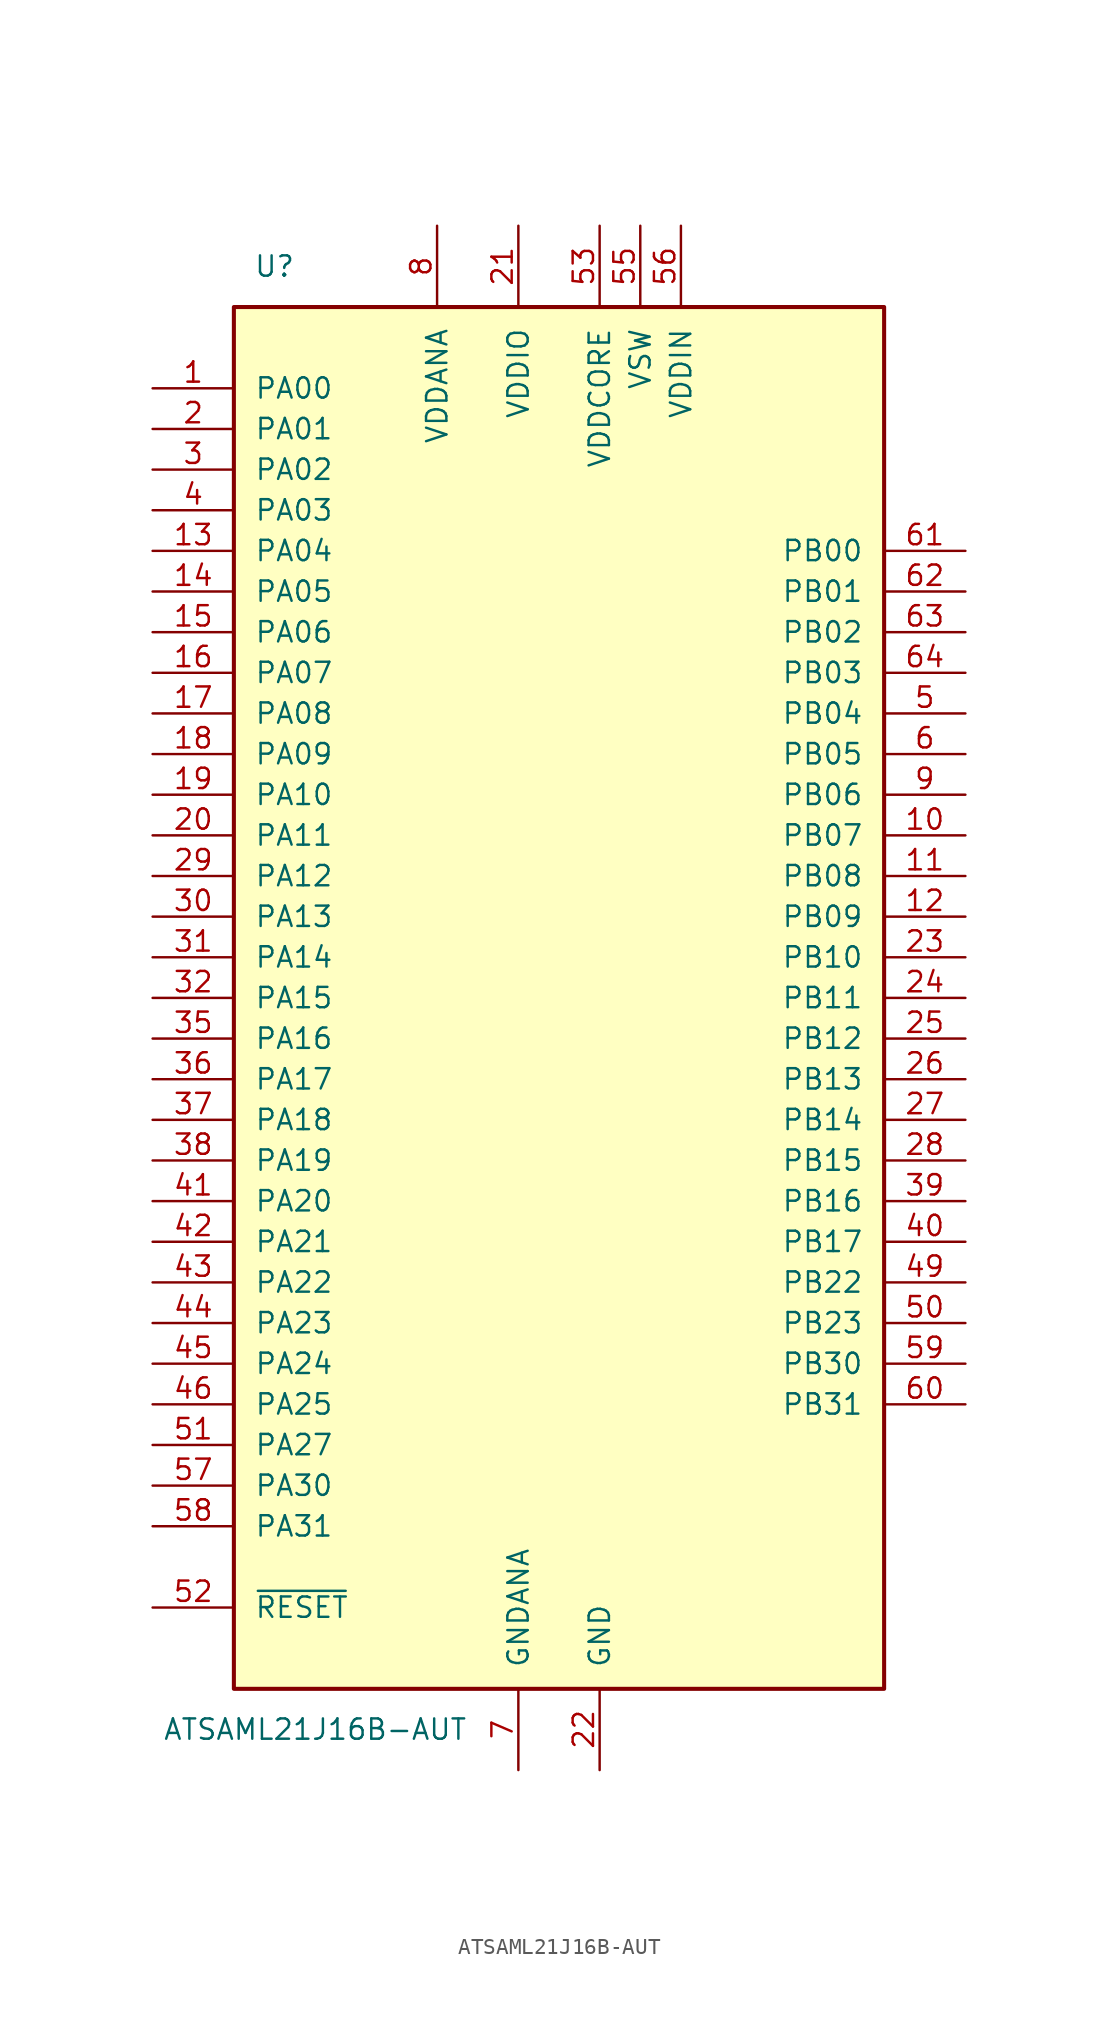
<source format=kicad_sym>
(kicad_symbol_lib
  (version 20201005)
  (generator kicad_symbol_editor)
  (symbol "ATSAML21J16B-AUT"
    (pin_names
      (offset 1.27))
    (property "Reference" "U"
      (at -17.78 45.72 0)
      (effects (font (size 1.27 1.27))))
    (property "Value" "ATSAML21J16B-AUT"
      (at -15.24 -45.72 0)
      (effects (font (size 1.27 1.27))))
    (symbol "ATSAML21J16B-AUT_0_1"
      (rectangle (start -20.32 43.18) (end 20.32 -43.18) (stroke (width 0.254)) (fill (type background))))
    (symbol "ATSAML21J16B-AUT_1_1"
      (pin bidirectional line (at -25.4 38.1 0) (length 5.08) (name "PA00" (effects (font (size 1.27 1.27)))) (number "1" (effects (font (size 1.27 1.27)))))
      (pin bidirectional line (at 25.4 10.16 180) (length 5.08) (name "PB07" (effects (font (size 1.27 1.27)))) (number "10" (effects (font (size 1.27 1.27)))))
      (pin bidirectional line (at 25.4 7.62 180) (length 5.08) (name "PB08" (effects (font (size 1.27 1.27)))) (number "11" (effects (font (size 1.27 1.27)))))
      (pin bidirectional line (at 25.4 5.08 180) (length 5.08) (name "PB09" (effects (font (size 1.27 1.27)))) (number "12" (effects (font (size 1.27 1.27)))))
      (pin bidirectional line (at -25.4 27.94 0) (length 5.08) (name "PA04" (effects (font (size 1.27 1.27)))) (number "13" (effects (font (size 1.27 1.27)))))
      (pin bidirectional line (at -25.4 25.4 0) (length 5.08) (name "PA05" (effects (font (size 1.27 1.27)))) (number "14" (effects (font (size 1.27 1.27)))))
      (pin bidirectional line (at -25.4 22.86 0) (length 5.08) (name "PA06" (effects (font (size 1.27 1.27)))) (number "15" (effects (font (size 1.27 1.27)))))
      (pin bidirectional line (at -25.4 20.32 0) (length 5.08) (name "PA07" (effects (font (size 1.27 1.27)))) (number "16" (effects (font (size 1.27 1.27)))))
      (pin bidirectional line (at -25.4 17.78 0) (length 5.08) (name "PA08" (effects (font (size 1.27 1.27)))) (number "17" (effects (font (size 1.27 1.27)))))
      (pin bidirectional line (at -25.4 15.24 0) (length 5.08) (name "PA09" (effects (font (size 1.27 1.27)))) (number "18" (effects (font (size 1.27 1.27)))))
      (pin bidirectional line (at -25.4 12.7 0) (length 5.08) (name "PA10" (effects (font (size 1.27 1.27)))) (number "19" (effects (font (size 1.27 1.27)))))
      (pin bidirectional line (at -25.4 35.56 0) (length 5.08) (name "PA01" (effects (font (size 1.27 1.27)))) (number "2" (effects (font (size 1.27 1.27)))))
      (pin bidirectional line (at -25.4 10.16 0) (length 5.08) (name "PA11" (effects (font (size 1.27 1.27)))) (number "20" (effects (font (size 1.27 1.27)))))
      (pin power_in line (at -2.54 48.26 270) (length 5.08) (name "VDDIO" (effects (font (size 1.27 1.27)))) (number "21" (effects (font (size 1.27 1.27)))))
      (pin power_in line (at 2.54 -48.26 90) (length 5.08) (name "GND" (effects (font (size 1.27 1.27)))) (number "22" (effects (font (size 1.27 1.27)))))
      (pin bidirectional line (at 25.4 2.54 180) (length 5.08) (name "PB10" (effects (font (size 1.27 1.27)))) (number "23" (effects (font (size 1.27 1.27)))))
      (pin bidirectional line (at 25.4 0 180) (length 5.08) (name "PB11" (effects (font (size 1.27 1.27)))) (number "24" (effects (font (size 1.27 1.27)))))
      (pin bidirectional line (at 25.4 -2.54 180) (length 5.08) (name "PB12" (effects (font (size 1.27 1.27)))) (number "25" (effects (font (size 1.27 1.27)))))
      (pin bidirectional line (at 25.4 -5.08 180) (length 5.08) (name "PB13" (effects (font (size 1.27 1.27)))) (number "26" (effects (font (size 1.27 1.27)))))
      (pin bidirectional line (at 25.4 -7.62 180) (length 5.08) (name "PB14" (effects (font (size 1.27 1.27)))) (number "27" (effects (font (size 1.27 1.27)))))
      (pin bidirectional line (at 25.4 -10.16 180) (length 5.08) (name "PB15" (effects (font (size 1.27 1.27)))) (number "28" (effects (font (size 1.27 1.27)))))
      (pin bidirectional line (at -25.4 7.62 0) (length 5.08) (name "PA12" (effects (font (size 1.27 1.27)))) (number "29" (effects (font (size 1.27 1.27)))))
      (pin bidirectional line (at -25.4 33.02 0) (length 5.08) (name "PA02" (effects (font (size 1.27 1.27)))) (number "3" (effects (font (size 1.27 1.27)))))
      (pin bidirectional line (at -25.4 5.08 0) (length 5.08) (name "PA13" (effects (font (size 1.27 1.27)))) (number "30" (effects (font (size 1.27 1.27)))))
      (pin bidirectional line (at -25.4 2.54 0) (length 5.08) (name "PA14" (effects (font (size 1.27 1.27)))) (number "31" (effects (font (size 1.27 1.27)))))
      (pin bidirectional line (at -25.4 0 0) (length 5.08) (name "PA15" (effects (font (size 1.27 1.27)))) (number "32" (effects (font (size 1.27 1.27)))))
      (pin passive line (at 2.54 -48.26 90) (length 5.08) hide (name "GND" (effects (font (size 1.27 1.27)))) (number "33" (effects (font (size 1.27 1.27)))))
      (pin passive line (at -2.54 48.26 270) (length 5.08) hide (name "VDDIO" (effects (font (size 1.27 1.27)))) (number "34" (effects (font (size 1.27 1.27)))))
      (pin bidirectional line (at -25.4 -2.54 0) (length 5.08) (name "PA16" (effects (font (size 1.27 1.27)))) (number "35" (effects (font (size 1.27 1.27)))))
      (pin bidirectional line (at -25.4 -5.08 0) (length 5.08) (name "PA17" (effects (font (size 1.27 1.27)))) (number "36" (effects (font (size 1.27 1.27)))))
      (pin bidirectional line (at -25.4 -7.62 0) (length 5.08) (name "PA18" (effects (font (size 1.27 1.27)))) (number "37" (effects (font (size 1.27 1.27)))))
      (pin bidirectional line (at -25.4 -10.16 0) (length 5.08) (name "PA19" (effects (font (size 1.27 1.27)))) (number "38" (effects (font (size 1.27 1.27)))))
      (pin bidirectional line (at 25.4 -12.7 180) (length 5.08) (name "PB16" (effects (font (size 1.27 1.27)))) (number "39" (effects (font (size 1.27 1.27)))))
      (pin bidirectional line (at -25.4 30.48 0) (length 5.08) (name "PA03" (effects (font (size 1.27 1.27)))) (number "4" (effects (font (size 1.27 1.27)))))
      (pin bidirectional line (at 25.4 -15.24 180) (length 5.08) (name "PB17" (effects (font (size 1.27 1.27)))) (number "40" (effects (font (size 1.27 1.27)))))
      (pin bidirectional line (at -25.4 -12.7 0) (length 5.08) (name "PA20" (effects (font (size 1.27 1.27)))) (number "41" (effects (font (size 1.27 1.27)))))
      (pin bidirectional line (at -25.4 -15.24 0) (length 5.08) (name "PA21" (effects (font (size 1.27 1.27)))) (number "42" (effects (font (size 1.27 1.27)))))
      (pin bidirectional line (at -25.4 -17.78 0) (length 5.08) (name "PA22" (effects (font (size 1.27 1.27)))) (number "43" (effects (font (size 1.27 1.27)))))
      (pin bidirectional line (at -25.4 -20.32 0) (length 5.08) (name "PA23" (effects (font (size 1.27 1.27)))) (number "44" (effects (font (size 1.27 1.27)))))
      (pin bidirectional line (at -25.4 -22.86 0) (length 5.08) (name "PA24" (effects (font (size 1.27 1.27)))) (number "45" (effects (font (size 1.27 1.27)))))
      (pin bidirectional line (at -25.4 -25.4 0) (length 5.08) (name "PA25" (effects (font (size 1.27 1.27)))) (number "46" (effects (font (size 1.27 1.27)))))
      (pin passive line (at 2.54 -48.26 90) (length 5.08) hide (name "GND" (effects (font (size 1.27 1.27)))) (number "47" (effects (font (size 1.27 1.27)))))
      (pin passive line (at -2.54 48.26 270) (length 5.08) hide (name "VDDIO" (effects (font (size 1.27 1.27)))) (number "48" (effects (font (size 1.27 1.27)))))
      (pin bidirectional line (at 25.4 -17.78 180) (length 5.08) (name "PB22" (effects (font (size 1.27 1.27)))) (number "49" (effects (font (size 1.27 1.27)))))
      (pin bidirectional line (at 25.4 17.78 180) (length 5.08) (name "PB04" (effects (font (size 1.27 1.27)))) (number "5" (effects (font (size 1.27 1.27)))))
      (pin bidirectional line (at 25.4 -20.32 180) (length 5.08) (name "PB23" (effects (font (size 1.27 1.27)))) (number "50" (effects (font (size 1.27 1.27)))))
      (pin bidirectional line (at -25.4 -27.94 0) (length 5.08) (name "PA27" (effects (font (size 1.27 1.27)))) (number "51" (effects (font (size 1.27 1.27)))))
      (pin input line (at -25.4 -38.1 0) (length 5.08) (name "~RESET" (effects (font (size 1.27 1.27)))) (number "52" (effects (font (size 1.27 1.27)))))
      (pin power_in line (at 2.54 48.26 270) (length 5.08) (name "VDDCORE" (effects (font (size 1.27 1.27)))) (number "53" (effects (font (size 1.27 1.27)))))
      (pin passive line (at 2.54 -48.26 90) (length 5.08) hide (name "GND" (effects (font (size 1.27 1.27)))) (number "54" (effects (font (size 1.27 1.27)))))
      (pin power_out line (at 5.08 48.26 270) (length 5.08) (name "VSW" (effects (font (size 1.27 1.27)))) (number "55" (effects (font (size 1.27 1.27)))))
      (pin power_in line (at 7.62 48.26 270) (length 5.08) (name "VDDIN" (effects (font (size 1.27 1.27)))) (number "56" (effects (font (size 1.27 1.27)))))
      (pin bidirectional line (at -25.4 -30.48 0) (length 5.08) (name "PA30" (effects (font (size 1.27 1.27)))) (number "57" (effects (font (size 1.27 1.27)))))
      (pin bidirectional line (at -25.4 -33.02 0) (length 5.08) (name "PA31" (effects (font (size 1.27 1.27)))) (number "58" (effects (font (size 1.27 1.27)))))
      (pin bidirectional line (at 25.4 -22.86 180) (length 5.08) (name "PB30" (effects (font (size 1.27 1.27)))) (number "59" (effects (font (size 1.27 1.27)))))
      (pin bidirectional line (at 25.4 15.24 180) (length 5.08) (name "PB05" (effects (font (size 1.27 1.27)))) (number "6" (effects (font (size 1.27 1.27)))))
      (pin bidirectional line (at 25.4 -25.4 180) (length 5.08) (name "PB31" (effects (font (size 1.27 1.27)))) (number "60" (effects (font (size 1.27 1.27)))))
      (pin bidirectional line (at 25.4 27.94 180) (length 5.08) (name "PB00" (effects (font (size 1.27 1.27)))) (number "61" (effects (font (size 1.27 1.27)))))
      (pin bidirectional line (at 25.4 25.4 180) (length 5.08) (name "PB01" (effects (font (size 1.27 1.27)))) (number "62" (effects (font (size 1.27 1.27)))))
      (pin bidirectional line (at 25.4 22.86 180) (length 5.08) (name "PB02" (effects (font (size 1.27 1.27)))) (number "63" (effects (font (size 1.27 1.27)))))
      (pin bidirectional line (at 25.4 20.32 180) (length 5.08) (name "PB03" (effects (font (size 1.27 1.27)))) (number "64" (effects (font (size 1.27 1.27)))))
      (pin power_in line (at -2.54 -48.26 90) (length 5.08) (name "GNDANA" (effects (font (size 1.27 1.27)))) (number "7" (effects (font (size 1.27 1.27)))))
      (pin power_in line (at -7.62 48.26 270) (length 5.08) (name "VDDANA" (effects (font (size 1.27 1.27)))) (number "8" (effects (font (size 1.27 1.27)))))
      (pin bidirectional line (at 25.4 12.7 180) (length 5.08) (name "PB06" (effects (font (size 1.27 1.27)))) (number "9" (effects (font (size 1.27 1.27))))))))
</source>
